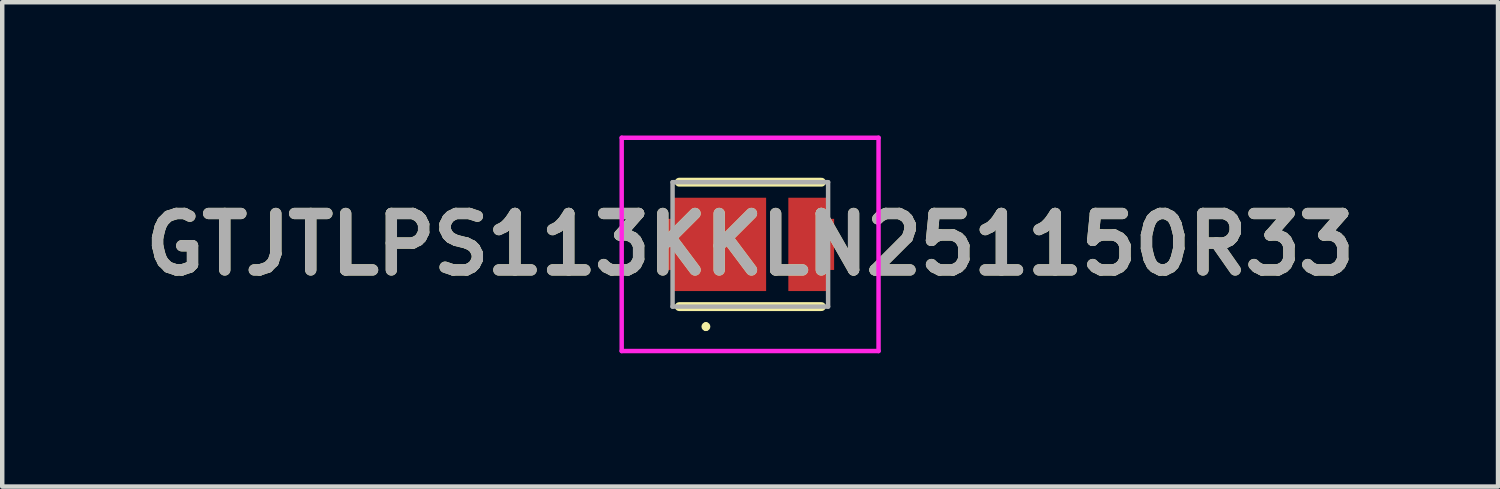
<source format=kicad_pcb>
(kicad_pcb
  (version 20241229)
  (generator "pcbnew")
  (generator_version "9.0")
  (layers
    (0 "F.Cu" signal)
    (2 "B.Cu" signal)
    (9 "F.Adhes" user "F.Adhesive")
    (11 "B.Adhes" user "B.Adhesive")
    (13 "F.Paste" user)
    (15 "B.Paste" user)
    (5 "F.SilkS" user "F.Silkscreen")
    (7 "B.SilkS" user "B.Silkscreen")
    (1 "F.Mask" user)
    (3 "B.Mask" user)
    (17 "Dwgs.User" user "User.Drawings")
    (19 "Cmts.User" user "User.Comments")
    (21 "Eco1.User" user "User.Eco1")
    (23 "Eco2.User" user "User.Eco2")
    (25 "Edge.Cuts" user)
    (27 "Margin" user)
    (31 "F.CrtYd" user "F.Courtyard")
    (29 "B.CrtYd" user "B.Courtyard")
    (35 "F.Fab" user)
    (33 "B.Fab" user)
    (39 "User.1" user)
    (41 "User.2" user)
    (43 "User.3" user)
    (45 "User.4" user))
  (footprint "GTJTLPS113KKLN251150R33"
    (layer "F.Cu")
    (at 13.836 2.45)
    (property "Reference" "GTJTLPS113KKLN251150R33" (at -0.005 0 0) (layer "F.SilkS") (effects (font (size 1.27 1.27) (thickness 0.254))))
    (attr smd)
    (fp_line (start -1.6 -1.4) (end 1.6 -1.4) (stroke (width 0.2) (type solid)) (layer "F.SilkS"))
    (fp_line (start -1.6 1.4) (end 1.6 1.4) (stroke (width 0.2) (type solid)) (layer "F.SilkS"))
    (fp_line (start -1 1.8) (end -1 1.8) (stroke (width 0.1) (type solid)) (layer "F.SilkS"))
    (fp_line (start -1 1.9) (end -1 1.9) (stroke (width 0.1) (type solid)) (layer "F.SilkS"))
    (fp_arc (start -1 1.8) (mid -0.95 1.85) (end -1 1.9) (stroke (width 0.1) (type solid)) (layer "F.SilkS"))
    (fp_arc (start -1 1.9) (mid -1.05 1.85) (end -1 1.8) (stroke (width 0.1) (type solid)) (layer "F.SilkS"))
    (fp_line (start -2.895 -2.4) (end 2.885 -2.4) (stroke (width 0.1) (type solid)) (layer "F.CrtYd"))
    (fp_line (start -2.895 2.4) (end -2.895 -2.4) (stroke (width 0.1) (type solid)) (layer "F.CrtYd"))
    (fp_line (start 2.885 -2.4) (end 2.885 2.4) (stroke (width 0.1) (type solid)) (layer "F.CrtYd"))
    (fp_line (start 2.885 2.4) (end -2.895 2.4) (stroke (width 0.1) (type solid)) (layer "F.CrtYd"))
    (fp_line (start -1.75 -1.4) (end 1.75 -1.4) (stroke (width 0.1) (type solid)) (layer "F.Fab"))
    (fp_line (start -1.75 1.4) (end -1.75 -1.4) (stroke (width 0.1) (type solid)) (layer "F.Fab"))
    (fp_line (start 1.75 -1.4) (end 1.75 1.4) (stroke (width 0.1) (type solid)) (layer "F.Fab"))
    (fp_line (start 1.75 1.4) (end -1.75 1.4) (stroke (width 0.1) (type solid)) (layer "F.Fab"))
    (fp_text user "${REFERENCE}" (at -0.005 0 0) (layer "F.Fab") (effects (font (size 1.27 1.27) (thickness 0.254))))
    (pad "1" smd rect (at -0.705 0 90) (size 2.1 2.12) (layers "F.Cu" "F.Mask" "F.Paste"))
    (pad "2" smd rect (at 1.315 0) (size 0.92 2.1) (layers "F.Cu" "F.Mask" "F.Paste"))
    (pad "3" smd rect (at -1.83 0) (size 0.13 1.15) (layers "F.Cu" "F.Mask" "F.Paste"))
    (pad "4" smd rect (at 1.83 0) (size 0.11 1.15) (layers "F.Cu" "F.Mask" "F.Paste")))
  (gr_rect
    (start -3 -3)
    (end 30.662 7.9)
    (stroke (width 0.1) (type default))
    (fill no)
    (layer "Edge.Cuts")))
</source>
